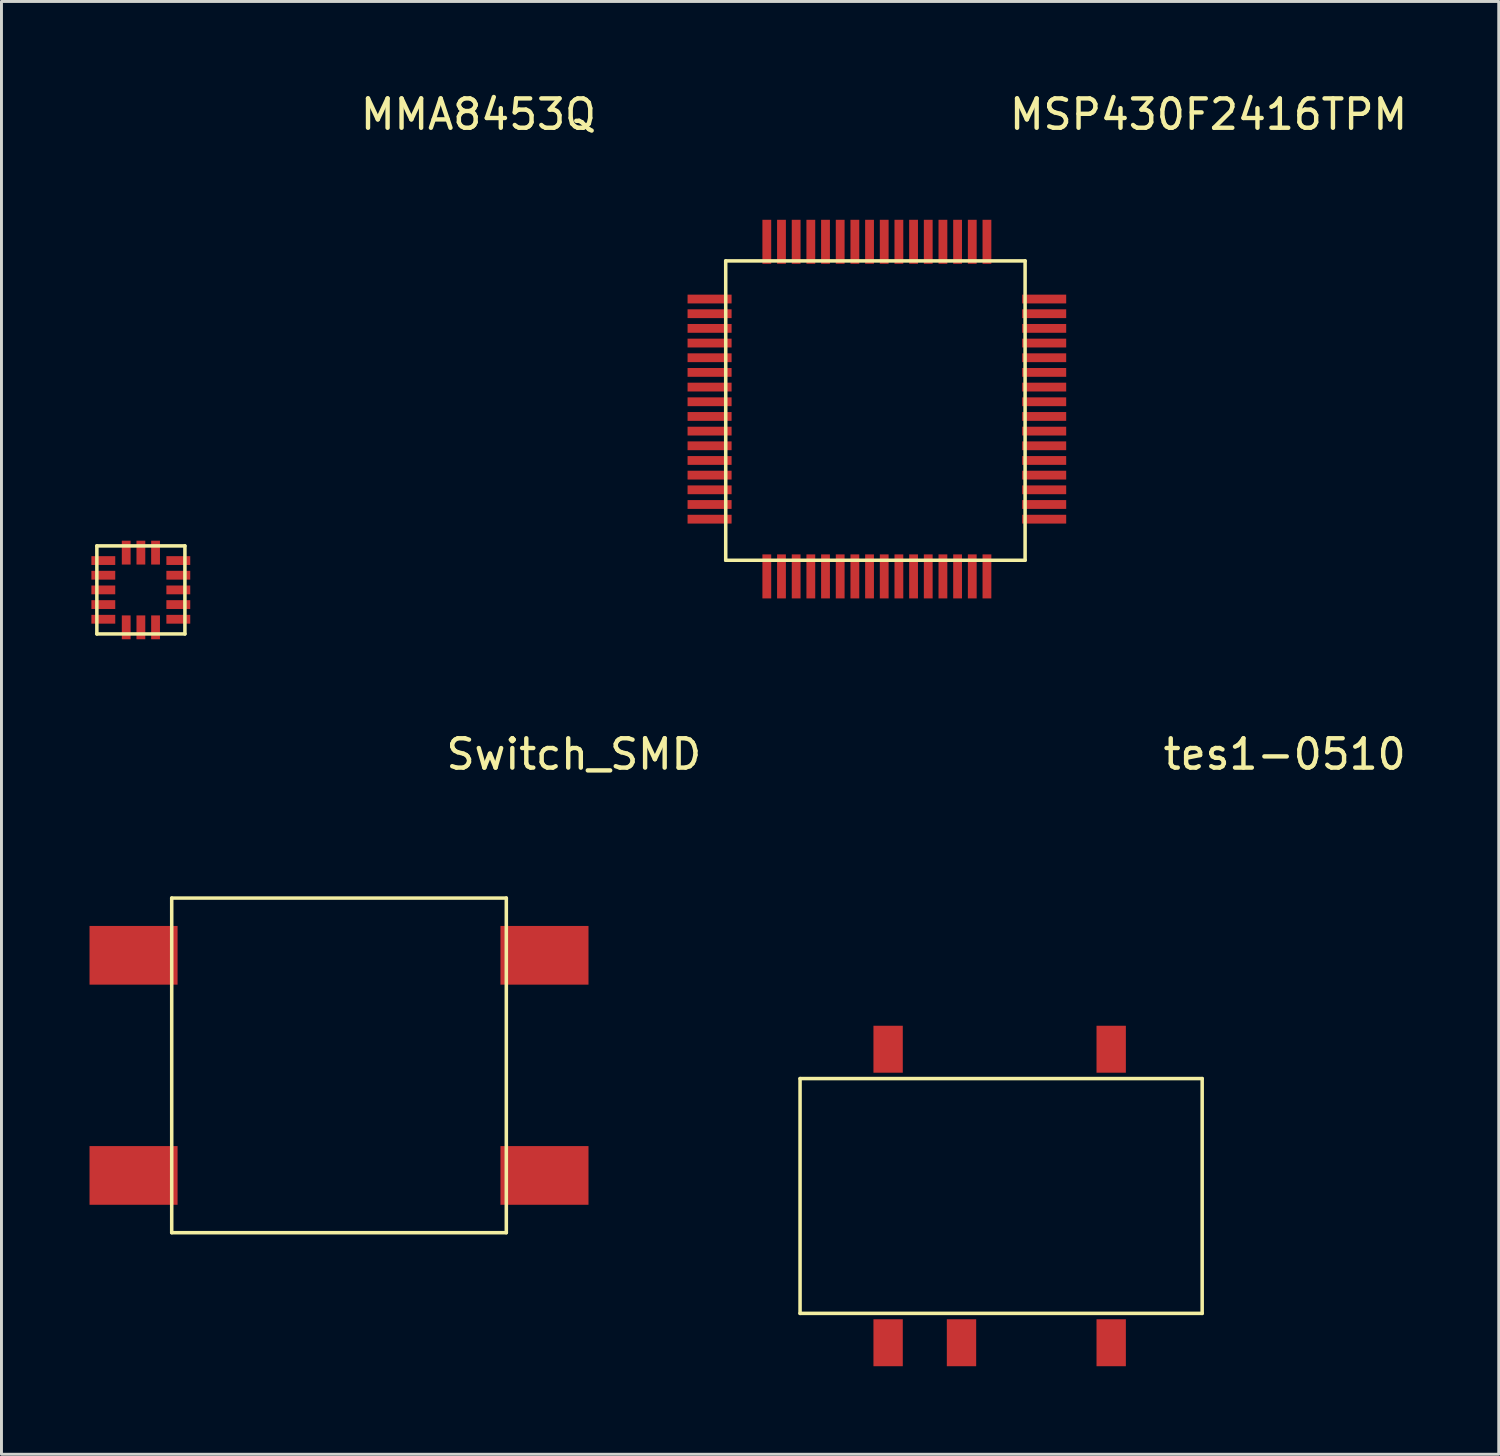
<source format=kicad_pcb>
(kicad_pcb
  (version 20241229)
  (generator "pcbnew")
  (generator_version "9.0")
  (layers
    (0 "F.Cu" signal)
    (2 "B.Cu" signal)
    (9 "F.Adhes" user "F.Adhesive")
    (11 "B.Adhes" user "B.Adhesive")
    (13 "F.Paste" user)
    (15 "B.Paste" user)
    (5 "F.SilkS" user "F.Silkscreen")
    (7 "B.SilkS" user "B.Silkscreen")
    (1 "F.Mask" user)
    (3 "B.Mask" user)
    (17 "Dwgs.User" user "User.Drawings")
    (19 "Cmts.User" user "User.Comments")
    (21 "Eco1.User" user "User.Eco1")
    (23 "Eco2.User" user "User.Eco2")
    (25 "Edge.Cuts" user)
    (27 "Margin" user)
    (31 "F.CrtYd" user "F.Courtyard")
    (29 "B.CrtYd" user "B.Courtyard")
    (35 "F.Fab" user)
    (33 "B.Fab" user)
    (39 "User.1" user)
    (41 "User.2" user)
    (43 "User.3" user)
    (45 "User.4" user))
  (footprint "Switch_SMD"
    (layer "F.Cu")
    (at 2.8 38.947)
    (property "Reference" "Switch_SMD" (at 13.7 -16.3 0) (layer "F.SilkS") (effects (font (size 1 1) (thickness 0.15))))
    (attr through_hole)
    (fp_line (start 0 -11.4) (end 11.4 -11.4) (stroke (width 0.12) (type solid)) (layer "F.SilkS"))
    (fp_line (start 0 0) (end 0 -11.4) (stroke (width 0.12) (type solid)) (layer "F.SilkS"))
    (fp_line (start 11.4 -11.4) (end 11.4 0) (stroke (width 0.12) (type solid)) (layer "F.SilkS"))
    (fp_line (start 11.4 0) (end 0 0) (stroke (width 0.12) (type solid)) (layer "F.SilkS"))
    (pad "1" smd rect (at -1.3 -9.45) (size 3 2) (layers "F.Cu" "F.Mask" "F.Paste"))
    (pad "2" smd rect (at -1.3 -1.95) (size 3 2) (layers "F.Cu" "F.Mask" "F.Paste"))
    (pad "3" smd rect (at 12.7 -9.45) (size 3 2) (layers "F.Cu" "F.Mask" "F.Paste"))
    (pad "4" smd rect (at 12.7 -1.95) (size 3 2) (layers "F.Cu" "F.Mask" "F.Paste")))
  (footprint "tes1-0510"
    (layer "F.Cu")
    (at 24.208 41.697)
    (property "Reference" "tes1-0510" (at 16.51 -19.05 0) (layer "F.SilkS") (effects (font (size 1 1) (thickness 0.15))))
    (attr through_hole)
    (fp_line (start 0 -8) (end 0 0) (stroke (width 0.12) (type solid)) (layer "F.SilkS"))
    (fp_line (start 0 0) (end 13.7 0) (stroke (width 0.12) (type solid)) (layer "F.SilkS"))
    (fp_line (start 13.7 -8) (end 0 -8) (stroke (width 0.12) (type solid)) (layer "F.SilkS"))
    (fp_line (start 13.7 0) (end 13.7 -8) (stroke (width 0.12) (type solid)) (layer "F.SilkS"))
    (pad "1" smd rect (at 3 1) (size 1 1.6) (layers "F.Cu" "F.Mask" "F.Paste"))
    (pad "2" smd rect (at 5.5 1) (size 1 1.6) (layers "F.Cu" "F.Mask" "F.Paste"))
    (pad "4" smd rect (at 10.6 1) (size 1 1.6) (layers "F.Cu" "F.Mask" "F.Paste"))
    (pad "5" smd rect (at 10.6 -9) (size 1 1.6) (layers "F.Cu" "F.Mask" "F.Paste"))
    (pad "8" smd rect (at 3 -9) (size 1 1.6) (layers "F.Cu" "F.Mask" "F.Paste")))
  (footprint "MMA8453Q"
    (layer "F.Cu")
    (at 0.25 18.548)
    (property "Reference" "MMA8453Q" (at 13 -17.7 0) (layer "F.SilkS") (effects (font (size 1 1) (thickness 0.15))))
    (attr through_hole)
    (fp_line (start 0 -3) (end 3 -3) (stroke (width 0.12) (type solid)) (layer "F.SilkS"))
    (fp_line (start 0 0) (end 0 -3) (stroke (width 0.12) (type solid)) (layer "F.SilkS"))
    (fp_line (start 3 -3) (end 3 0) (stroke (width 0.12) (type solid)) (layer "F.SilkS"))
    (fp_line (start 3 0) (end 0 0) (stroke (width 0.12) (type solid)) (layer "F.SilkS"))
    (pad "1" smd rect (at 0.22 -2.5) (size 0.813 0.3) (layers "F.Cu" "F.Mask" "F.Paste"))
    (pad "2" smd rect (at 0.22 -2) (size 0.813 0.3) (layers "F.Cu" "F.Mask" "F.Paste"))
    (pad "3" smd rect (at 0.22 -1.5) (size 0.813 0.3) (layers "F.Cu" "F.Mask" "F.Paste"))
    (pad "4" smd rect (at 0.22 -1) (size 0.813 0.3) (layers "F.Cu" "F.Mask" "F.Paste"))
    (pad "5" smd rect (at 0.22 -0.5 270) (size 0.3 0.813) (layers "F.Cu" "F.Mask" "F.Paste"))
    (pad "6" smd rect (at 1 -0.225 90) (size 0.813 0.3) (layers "F.Cu" "F.Mask" "F.Paste"))
    (pad "7" smd rect (at 1.5 -0.225 90) (size 0.813 0.3) (layers "F.Cu" "F.Mask" "F.Paste"))
    (pad "8" smd rect (at 2 -0.225 90) (size 0.813 0.3) (layers "F.Cu" "F.Mask" "F.Paste"))
    (pad "9" smd rect (at 2.775 -0.5 180) (size 0.813 0.3) (layers "F.Cu" "F.Mask" "F.Paste"))
    (pad "10" smd rect (at 2.775 -1 180) (size 0.813 0.3) (layers "F.Cu" "F.Mask" "F.Paste"))
    (pad "11" smd rect (at 2.775 -1.5 180) (size 0.813 0.3) (layers "F.Cu" "F.Mask" "F.Paste"))
    (pad "12" smd rect (at 2.775 -2 180) (size 0.813 0.3) (layers "F.Cu" "F.Mask" "F.Paste"))
    (pad "13" smd rect (at 2.775 -2.5 180) (size 0.813 0.3) (layers "F.Cu" "F.Mask" "F.Paste"))
    (pad "14" smd rect (at 2 -2.77 90) (size 0.813 0.3) (layers "F.Cu" "F.Mask" "F.Paste"))
    (pad "15" smd rect (at 1.5 -2.77 90) (size 0.813 0.3) (layers "F.Cu" "F.Mask" "F.Paste"))
    (pad "16" smd rect (at 1 -2.77 90) (size 0.813 0.3) (layers "F.Cu" "F.Mask" "F.Paste")))
  (footprint "MSP430F2416TPM"
    (layer "F.Cu")
    (at 21.675 16.038)
    (property "Reference" "MSP430F2416TPM" (at 16.45 -15.19 0) (layer "F.SilkS") (effects (font (size 1 1) (thickness 0.15))))
    (attr through_hole)
    (fp_line (start 0 -10.2) (end 10.2 -10.2) (stroke (width 0.12) (type solid)) (layer "F.SilkS"))
    (fp_line (start 0 0) (end 0 -10.2) (stroke (width 0.12) (type solid)) (layer "F.SilkS"))
    (fp_line (start 10.2 -10.2) (end 10.2 0) (stroke (width 0.12) (type solid)) (layer "F.SilkS"))
    (fp_line (start 10.2 0) (end 0 0) (stroke (width 0.12) (type solid)) (layer "F.SilkS"))
    (pad "1" smd rect (at -0.55 -8.9 180) (size 1.5 0.3) (layers "F.Cu" "F.Mask" "F.Paste"))
    (pad "2" smd rect (at -0.55 -8.4 180) (size 1.5 0.3) (layers "F.Cu" "F.Mask" "F.Paste"))
    (pad "3" smd rect (at -0.55 -7.9 180) (size 1.5 0.3) (layers "F.Cu" "F.Mask" "F.Paste"))
    (pad "4" smd rect (at -0.55 -7.4 180) (size 1.5 0.3) (layers "F.Cu" "F.Mask" "F.Paste"))
    (pad "5" smd rect (at -0.55 -6.9 180) (size 1.5 0.3) (layers "F.Cu" "F.Mask" "F.Paste"))
    (pad "6" smd rect (at -0.55 -6.4 180) (size 1.5 0.3) (layers "F.Cu" "F.Mask" "F.Paste"))
    (pad "7" smd rect (at -0.55 -5.9 180) (size 1.5 0.3) (layers "F.Cu" "F.Mask" "F.Paste"))
    (pad "8" smd rect (at -0.55 -5.4 180) (size 1.5 0.3) (layers "F.Cu" "F.Mask" "F.Paste"))
    (pad "9" smd rect (at -0.55 -4.9 180) (size 1.5 0.3) (layers "F.Cu" "F.Mask" "F.Paste"))
    (pad "10" smd rect (at -0.55 -4.4 180) (size 1.5 0.3) (layers "F.Cu" "F.Mask" "F.Paste"))
    (pad "11" smd rect (at -0.55 -3.9 180) (size 1.5 0.3) (layers "F.Cu" "F.Mask" "F.Paste"))
    (pad "12" smd rect (at -0.55 -3.4 180) (size 1.5 0.3) (layers "F.Cu" "F.Mask" "F.Paste"))
    (pad "13" smd rect (at -0.55 -2.9 180) (size 1.5 0.3) (layers "F.Cu" "F.Mask" "F.Paste"))
    (pad "14" smd rect (at -0.55 -2.4 180) (size 1.5 0.3) (layers "F.Cu" "F.Mask" "F.Paste"))
    (pad "15" smd rect (at -0.55 -1.9 180) (size 1.5 0.3) (layers "F.Cu" "F.Mask" "F.Paste"))
    (pad "16" smd rect (at -0.55 -1.4 180) (size 1.5 0.3) (layers "F.Cu" "F.Mask" "F.Paste"))
    (pad "17" smd rect (at 1.4 0.55 270) (size 1.5 0.3) (layers "F.Cu" "F.Mask" "F.Paste"))
    (pad "18" smd rect (at 1.9 0.55 270) (size 1.5 0.3) (layers "F.Cu" "F.Mask" "F.Paste"))
    (pad "19" smd rect (at 2.4 0.55 270) (size 1.5 0.3) (layers "F.Cu" "F.Mask" "F.Paste"))
    (pad "20" smd rect (at 2.9 0.55 270) (size 1.5 0.3) (layers "F.Cu" "F.Mask" "F.Paste"))
    (pad "21" smd rect (at 3.4 0.55 270) (size 1.5 0.3) (layers "F.Cu" "F.Mask" "F.Paste"))
    (pad "22" smd rect (at 3.9 0.55 270) (size 1.5 0.3) (layers "F.Cu" "F.Mask" "F.Paste"))
    (pad "23" smd rect (at 4.4 0.55 270) (size 1.5 0.3) (layers "F.Cu" "F.Mask" "F.Paste"))
    (pad "24" smd rect (at 4.9 0.55 270) (size 1.5 0.3) (layers "F.Cu" "F.Mask" "F.Paste"))
    (pad "25" smd rect (at 5.4 0.55 270) (size 1.5 0.3) (layers "F.Cu" "F.Mask" "F.Paste"))
    (pad "26" smd rect (at 5.9 0.55 270) (size 1.5 0.3) (layers "F.Cu" "F.Mask" "F.Paste"))
    (pad "27" smd rect (at 6.4 0.55 270) (size 1.5 0.3) (layers "F.Cu" "F.Mask" "F.Paste"))
    (pad "28" smd rect (at 6.9 0.55 270) (size 1.5 0.3) (layers "F.Cu" "F.Mask" "F.Paste"))
    (pad "29" smd rect (at 7.4 0.55 270) (size 1.5 0.3) (layers "F.Cu" "F.Mask" "F.Paste"))
    (pad "30" smd rect (at 7.9 0.55 270) (size 1.5 0.3) (layers "F.Cu" "F.Mask" "F.Paste"))
    (pad "31" smd rect (at 8.4 0.55 270) (size 1.5 0.3) (layers "F.Cu" "F.Mask" "F.Paste"))
    (pad "32" smd rect (at 8.9 0.55 270) (size 1.5 0.3) (layers "F.Cu" "F.Mask" "F.Paste"))
    (pad "33" smd rect (at 10.85 -1.4) (size 1.5 0.3) (layers "F.Cu" "F.Mask" "F.Paste"))
    (pad "34" smd rect (at 10.85 -1.9) (size 1.5 0.3) (layers "F.Cu" "F.Mask" "F.Paste"))
    (pad "35" smd rect (at 10.85 -2.4) (size 1.5 0.3) (layers "F.Cu" "F.Mask" "F.Paste"))
    (pad "36" smd rect (at 10.85 -2.9) (size 1.5 0.3) (layers "F.Cu" "F.Mask" "F.Paste"))
    (pad "37" smd rect (at 10.85 -3.4) (size 1.5 0.3) (layers "F.Cu" "F.Mask" "F.Paste"))
    (pad "38" smd rect (at 10.85 -3.9) (size 1.5 0.3) (layers "F.Cu" "F.Mask" "F.Paste"))
    (pad "39" smd rect (at 10.85 -4.4) (size 1.5 0.3) (layers "F.Cu" "F.Mask" "F.Paste"))
    (pad "40" smd rect (at 10.85 -4.9) (size 1.5 0.3) (layers "F.Cu" "F.Mask" "F.Paste"))
    (pad "41" smd rect (at 10.85 -5.4) (size 1.5 0.3) (layers "F.Cu" "F.Mask" "F.Paste"))
    (pad "42" smd rect (at 10.85 -5.9) (size 1.5 0.3) (layers "F.Cu" "F.Mask" "F.Paste"))
    (pad "43" smd rect (at 10.85 -6.4) (size 1.5 0.3) (layers "F.Cu" "F.Mask" "F.Paste"))
    (pad "44" smd rect (at 10.85 -6.9) (size 1.5 0.3) (layers "F.Cu" "F.Mask" "F.Paste"))
    (pad "45" smd rect (at 10.85 -7.4) (size 1.5 0.3) (layers "F.Cu" "F.Mask" "F.Paste"))
    (pad "46" smd rect (at 10.85 -7.9) (size 1.5 0.3) (layers "F.Cu" "F.Mask" "F.Paste"))
    (pad "47" smd rect (at 10.85 -8.4) (size 1.5 0.3) (layers "F.Cu" "F.Mask" "F.Paste"))
    (pad "48" smd rect (at 10.85 -8.9) (size 1.5 0.3) (layers "F.Cu" "F.Mask" "F.Paste"))
    (pad "49" smd rect (at 8.9 -10.85 90) (size 1.5 0.3) (layers "F.Cu" "F.Mask" "F.Paste"))
    (pad "50" smd rect (at 8.4 -10.85 90) (size 1.5 0.3) (layers "F.Cu" "F.Mask" "F.Paste"))
    (pad "51" smd rect (at 7.9 -10.85 90) (size 1.5 0.3) (layers "F.Cu" "F.Mask" "F.Paste"))
    (pad "52" smd rect (at 7.4 -10.85 90) (size 1.5 0.3) (layers "F.Cu" "F.Mask" "F.Paste"))
    (pad "53" smd rect (at 6.9 -10.85 90) (size 1.5 0.3) (layers "F.Cu" "F.Mask" "F.Paste"))
    (pad "54" smd rect (at 6.4 -10.85 90) (size 1.5 0.3) (layers "F.Cu" "F.Mask" "F.Paste"))
    (pad "55" smd rect (at 5.9 -10.85 90) (size 1.5 0.3) (layers "F.Cu" "F.Mask" "F.Paste"))
    (pad "56" smd rect (at 5.4 -10.85 90) (size 1.5 0.3) (layers "F.Cu" "F.Mask" "F.Paste"))
    (pad "57" smd rect (at 4.9 -10.85 90) (size 1.5 0.3) (layers "F.Cu" "F.Mask" "F.Paste"))
    (pad "58" smd rect (at 4.4 -10.85 90) (size 1.5 0.3) (layers "F.Cu" "F.Mask" "F.Paste"))
    (pad "59" smd rect (at 3.9 -10.85 90) (size 1.5 0.3) (layers "F.Cu" "F.Mask" "F.Paste"))
    (pad "60" smd rect (at 3.4 -10.85 90) (size 1.5 0.3) (layers "F.Cu" "F.Mask" "F.Paste"))
    (pad "61" smd rect (at 2.9 -10.85 90) (size 1.5 0.3) (layers "F.Cu" "F.Mask" "F.Paste"))
    (pad "62" smd rect (at 2.4 -10.85 90) (size 1.5 0.3) (layers "F.Cu" "F.Mask" "F.Paste"))
    (pad "63" smd rect (at 1.9 -10.85 90) (size 1.5 0.3) (layers "F.Cu" "F.Mask" "F.Paste"))
    (pad "64" smd rect (at 1.4 -10.85 90) (size 1.5 0.3) (layers "F.Cu" "F.Mask" "F.Paste")))
  (gr_rect
    (start -3 -3)
    (end 48.012 46.496)
    (stroke (width 0.1) (type default))
    (fill no)
    (layer "Edge.Cuts")))
</source>
